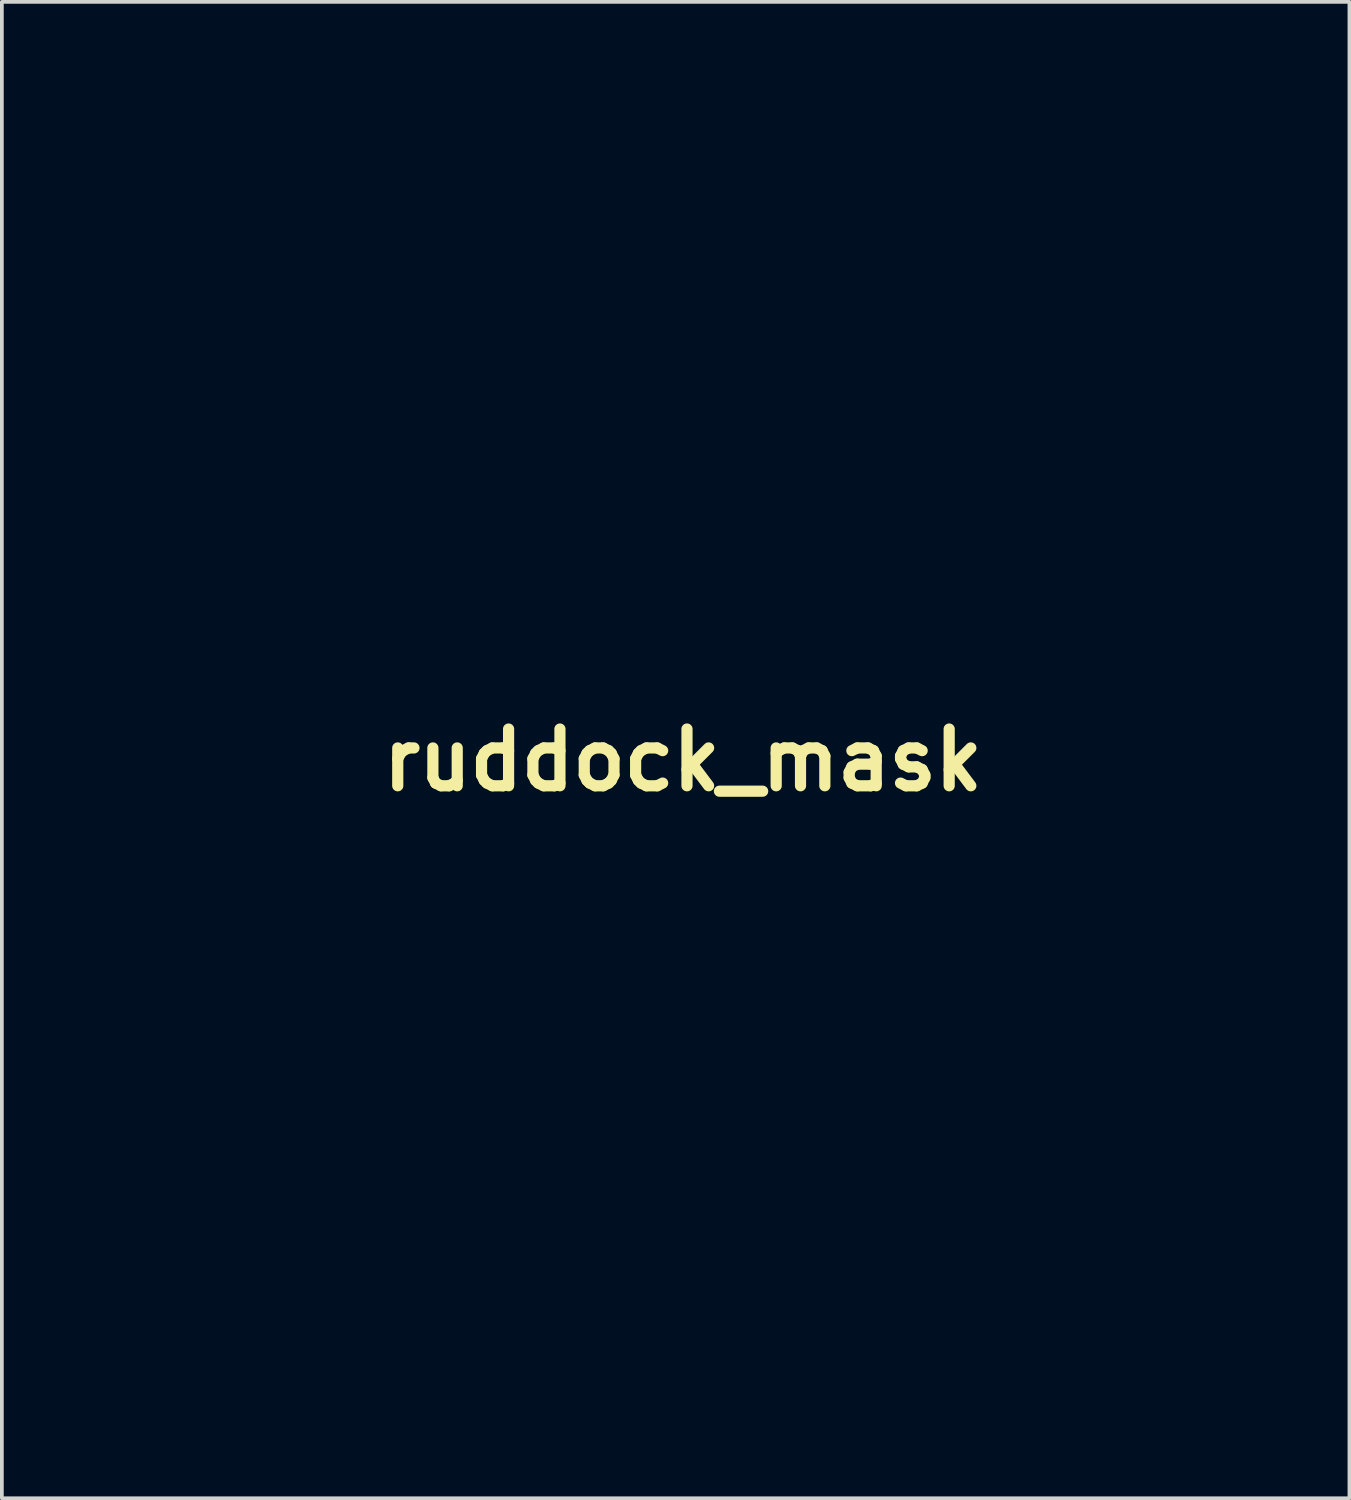
<source format=kicad_pcb>
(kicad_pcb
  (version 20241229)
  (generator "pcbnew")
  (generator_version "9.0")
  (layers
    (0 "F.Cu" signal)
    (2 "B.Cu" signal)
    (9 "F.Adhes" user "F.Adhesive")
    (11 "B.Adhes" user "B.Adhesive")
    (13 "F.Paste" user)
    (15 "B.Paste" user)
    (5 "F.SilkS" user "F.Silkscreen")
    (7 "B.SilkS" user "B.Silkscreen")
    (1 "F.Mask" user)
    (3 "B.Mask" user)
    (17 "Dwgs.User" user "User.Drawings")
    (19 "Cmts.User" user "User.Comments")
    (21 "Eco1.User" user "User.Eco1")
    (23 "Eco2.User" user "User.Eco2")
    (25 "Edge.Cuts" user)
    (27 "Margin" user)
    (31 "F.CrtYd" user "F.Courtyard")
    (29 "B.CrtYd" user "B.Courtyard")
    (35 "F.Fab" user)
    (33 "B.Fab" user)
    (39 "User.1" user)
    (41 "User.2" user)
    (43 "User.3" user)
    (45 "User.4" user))
  (footprint "ruddock_mask"
    (layer "F.Cu")
    (at 15.285 17.357)
    (property "Reference" "ruddock_mask" (at 0 0 0) (layer "F.SilkS") (effects (font (size 1.524 1.524) (thickness 0.3))))
    (attr through_hole)
    (fp_poly (pts (xy -9.587 6.856) (xy -9.465 6.906) (xy -9.295 6.988) (xy -9.095 7.092) (xy -8.884 7.209) (xy -8.679 7.328) (xy -8.499 7.441) (xy -8.385 7.519) (xy -8.209 7.662) (xy -8.044 7.821) (xy -7.933 7.949) (xy -7.849 8.072) (xy -7.806 8.173) (xy -7.794 8.292) (xy -7.805 8.468) (xy -7.806 8.483) (xy -7.827 8.645) (xy -7.867 8.878) (xy -7.92 9.156) (xy -7.982 9.453) (xy -8.015 9.599) (xy -8.085 9.915) (xy -8.134 10.159) (xy -8.164 10.356) (xy -8.178 10.53) (xy -8.18 10.706) (xy -8.174 10.864) (xy -8.144 11.2) (xy -8.081 11.474) (xy -7.971 11.725) (xy -7.801 11.99) (xy -7.738 12.076) (xy -7.623 12.239) (xy -7.576 12.355) (xy -7.603 12.444) (xy -7.711 12.53) (xy -7.888 12.625) (xy -8.162 12.735) (xy -8.432 12.773) (xy -8.71 12.751) (xy -9.064 12.655) (xy -9.355 12.484) (xy -9.586 12.235) (xy -9.759 11.906) (xy -9.775 11.861) (xy -9.84 11.706) (xy -9.902 11.597) (xy -9.944 11.559) (xy -10.013 11.592) (xy -10.112 11.675) (xy -10.14 11.703) (xy -10.268 11.805) (xy -10.436 11.879) (xy -10.661 11.929) (xy -10.96 11.96) (xy -11.144 11.969) (xy -11.597 11.986) (xy -11.504 11.859) (xy -11.453 11.752) (xy -11.398 11.578) (xy -11.349 11.368) (xy -11.335 11.295) (xy -11.269 10.971) (xy -11.193 10.723) (xy -11.099 10.525) (xy -11.051 10.45) (xy -11.016 10.37) (xy -11.062 10.314) (xy -11.082 10.301) (xy -11.413 10.061) (xy -11.667 9.786) (xy -11.822 9.536) (xy -11.997 9.253) (xy -12.186 9.035) (xy -12.376 8.894) (xy -12.49 8.852) (xy -12.608 8.824) (xy -12.675 8.807) (xy -12.677 8.781) (xy -12.605 8.737) (xy -12.484 8.684) (xy -12.334 8.63) (xy -12.179 8.583) (xy -12.041 8.554) (xy -12.018 8.551) (xy -11.865 8.543) (xy -11.744 8.569) (xy -11.609 8.641) (xy -11.551 8.679) (xy -11.39 8.772) (xy -11.176 8.875) (xy -10.952 8.968) (xy -10.917 8.981) (xy -10.548 9.089) (xy -10.232 9.125) (xy -9.971 9.091) (xy -9.773 8.987) (xy -9.651 8.835) (xy -9.592 8.654) (xy -9.556 8.398) (xy -9.543 8.088) (xy -9.555 7.746) (xy -9.592 7.394) (xy -9.592 7.393) (xy -9.621 7.177) (xy -9.64 7) (xy -9.647 6.883) (xy -9.643 6.848) (xy -9.587 6.856)) (stroke (width 0.01) (type solid)) (fill yes) (layer "F.Mask"))
    (fp_poly (pts (xy 9.525 6.048) (xy 9.53 6.141) (xy 9.543 6.307) (xy 9.563 6.529) (xy 9.588 6.79) (xy 9.616 7.071) (xy 9.645 7.356) (xy 9.674 7.627) (xy 9.7 7.867) (xy 9.723 8.059) (xy 9.739 8.184) (xy 9.748 8.226) (xy 9.821 8.238) (xy 9.966 8.213) (xy 10.166 8.159) (xy 10.403 8.079) (xy 10.658 7.981) (xy 10.884 7.883) (xy 11.243 7.733) (xy 11.614 7.61) (xy 11.972 7.517) (xy 12.293 7.462) (xy 12.553 7.45) (xy 12.571 7.451) (xy 12.774 7.466) (xy 12.518 7.63) (xy 12.275 7.836) (xy 12.039 8.137) (xy 11.814 8.53) (xy 11.716 8.735) (xy 11.637 8.907) (xy 11.568 9.013) (xy 11.484 9.083) (xy 11.356 9.142) (xy 11.263 9.177) (xy 11.101 9.246) (xy 10.98 9.314) (xy 10.928 9.363) (xy 10.946 9.437) (xy 11.025 9.552) (xy 11.108 9.645) (xy 11.25 9.815) (xy 11.351 10.007) (xy 11.417 10.199) (xy 11.491 10.405) (xy 11.585 10.601) (xy 11.667 10.731) (xy 11.75 10.844) (xy 11.795 10.922) (xy 11.797 10.94) (xy 11.743 10.939) (xy 11.622 10.916) (xy 11.507 10.888) (xy 11.312 10.85) (xy 11.074 10.824) (xy 10.87 10.815) (xy 10.66 10.809) (xy 10.506 10.784) (xy 10.364 10.73) (xy 10.232 10.659) (xy 9.96 10.503) (xy 9.989 10.696) (xy 10.017 10.88) (xy 10.047 11.061) (xy 10.049 11.069) (xy 10.039 11.285) (xy 9.947 11.513) (xy 9.829 11.676) (xy 9.64 11.821) (xy 9.38 11.916) (xy 9.068 11.958) (xy 8.72 11.942) (xy 8.607 11.925) (xy 8.377 11.892) (xy 8.136 11.869) (xy 7.973 11.861) (xy 7.686 11.857) (xy 7.864 11.7) (xy 8.029 11.523) (xy 8.16 11.302) (xy 8.271 11.014) (xy 8.303 10.906) (xy 8.349 10.711) (xy 8.375 10.502) (xy 8.38 10.266) (xy 8.363 9.989) (xy 8.324 9.658) (xy 8.261 9.26) (xy 8.173 8.781) (xy 8.161 8.715) (xy 8.097 8.377) (xy 8.041 8.062) (xy 7.994 7.786) (xy 7.96 7.566) (xy 7.941 7.417) (xy 7.938 7.37) (xy 7.951 7.204) (xy 8 7.069) (xy 8.098 6.948) (xy 8.258 6.827) (xy 8.494 6.692) (xy 8.591 6.641) (xy 8.821 6.514) (xy 9.041 6.377) (xy 9.222 6.25) (xy 9.31 6.176) (xy 9.44 6.063) (xy 9.511 6.027) (xy 9.525 6.048)) (stroke (width 0.01) (type solid)) (fill yes) (layer "F.Mask"))
    (fp_poly (pts (xy -13.167 -1.783) (xy -13.016 -1.736) (xy -12.859 -1.662) (xy -12.738 -1.615) (xy -12.596 -1.598) (xy -12.4 -1.608) (xy -12.363 -1.611) (xy -12.03 -1.645) (xy -11.892 -1.331) (xy -11.649 -0.889) (xy -11.338 -0.519) (xy -10.955 -0.216) (xy -10.596 -0.021) (xy -10.442 0.044) (xy -10.283 0.096) (xy -10.101 0.138) (xy -9.883 0.172) (xy -9.611 0.201) (xy -9.271 0.227) (xy -8.873 0.252) (xy -8.471 0.273) (xy -8.151 0.28) (xy -7.899 0.272) (xy -7.699 0.248) (xy -7.536 0.205) (xy -7.393 0.141) (xy -7.257 0.054) (xy -7.244 0.045) (xy -7.13 -0.033) (xy -7.058 -0.073) (xy -7.045 -0.073) (xy -7.076 -0.025) (xy -7.158 0.072) (xy -7.272 0.198) (xy -7.404 0.326) (xy -7.542 0.425) (xy -7.705 0.503) (xy -7.915 0.569) (xy -8.191 0.632) (xy -8.384 0.669) (xy -8.811 0.757) (xy -9.18 0.852) (xy -9.48 0.95) (xy -9.697 1.048) (xy -9.737 1.072) (xy -9.87 1.146) (xy -9.963 1.161) (xy -10.021 1.141) (xy -10.133 1.037) (xy -10.223 0.876) (xy -10.268 0.703) (xy -10.269 0.669) (xy -10.281 0.577) (xy -10.336 0.561) (xy -10.381 0.573) (xy -10.655 0.686) (xy -10.866 0.848) (xy -10.981 0.985) (xy -11.104 1.166) (xy -11.181 1.311) (xy -11.225 1.461) (xy -11.252 1.656) (xy -11.258 1.711) (xy -11.285 1.897) (xy -11.324 1.997) (xy -11.361 2.02) (xy -11.44 2.007) (xy -11.581 1.963) (xy -11.757 1.895) (xy -11.793 1.88) (xy -12.026 1.764) (xy -12.214 1.639) (xy -12.297 1.563) (xy -12.405 1.406) (xy -12.509 1.202) (xy -12.593 0.985) (xy -12.643 0.793) (xy -12.65 0.717) (xy -12.631 0.62) (xy -12.58 0.459) (xy -12.506 0.26) (xy -12.452 0.13) (xy -12.363 -0.086) (xy -12.288 -0.285) (xy -12.236 -0.439) (xy -12.221 -0.495) (xy -12.189 -0.656) (xy -12.407 -0.622) (xy -12.655 -0.558) (xy -12.907 -0.451) (xy -13.127 -0.317) (xy -13.271 -0.189) (xy -13.499 0.156) (xy -13.666 0.573) (xy -13.77 1.056) (xy -13.804 1.404) (xy -13.816 1.643) (xy -14.388 1.875) (xy -14.359 1.471) (xy -14.339 1.242) (xy -14.313 1.017) (xy -14.286 0.841) (xy -14.284 0.829) (xy -14.252 0.657) (xy -14.247 0.557) (xy -14.276 0.503) (xy -14.347 0.468) (xy -14.408 0.448) (xy -14.641 0.331) (xy -14.888 0.133) (xy -15.104 -0.097) (xy -15.212 -0.241) (xy -15.264 -0.367) (xy -15.279 -0.523) (xy -15.28 -0.555) (xy -15.28 -0.803) (xy -15.127 -0.674) (xy -14.932 -0.569) (xy -14.703 -0.554) (xy -14.437 -0.629) (xy -14.387 -0.651) (xy -14.163 -0.755) (xy -14.414 -0.842) (xy -14.592 -0.91) (xy -14.758 -0.98) (xy -14.817 -1.009) (xy -14.921 -1.078) (xy -15.034 -1.177) (xy -15.135 -1.282) (xy -15.202 -1.372) (xy -15.214 -1.422) (xy -15.146 -1.453) (xy -15.001 -1.498) (xy -14.8 -1.551) (xy -14.564 -1.608) (xy -14.313 -1.663) (xy -14.069 -1.712) (xy -13.853 -1.75) (xy -13.795 -1.758) (xy -13.527 -1.791) (xy -13.327 -1.8) (xy -13.167 -1.783)) (stroke (width 0.01) (type solid)) (fill yes) (layer "F.Mask"))
    (fp_poly (pts (xy 13.873 -2.885) (xy 14.233 -2.811) (xy 14.479 -2.746) (xy 14.475 -2.712) (xy 14.402 -2.64) (xy 14.274 -2.542) (xy 14.255 -2.529) (xy 14.064 -2.392) (xy 13.868 -2.239) (xy 13.742 -2.133) (xy 13.519 -1.935) (xy 13.791 -1.938) (xy 14.075 -1.959) (xy 14.284 -2.023) (xy 14.437 -2.138) (xy 14.524 -2.257) (xy 14.638 -2.456) (xy 14.624 -1.901) (xy 14.617 -1.658) (xy 14.606 -1.492) (xy 14.587 -1.381) (xy 14.555 -1.303) (xy 14.504 -1.235) (xy 14.461 -1.189) (xy 14.311 -1.051) (xy 14.153 -0.956) (xy 13.953 -0.887) (xy 13.754 -0.842) (xy 13.594 -0.807) (xy 13.482 -0.776) (xy 13.444 -0.756) (xy 13.475 -0.708) (xy 13.552 -0.613) (xy 13.613 -0.544) (xy 13.757 -0.323) (xy 13.851 -0.052) (xy 13.883 0.227) (xy 13.869 0.37) (xy 13.837 0.49) (xy 13.792 0.529) (xy 13.751 0.522) (xy 13.488 0.459) (xy 13.255 0.485) (xy 13.248 0.488) (xy 13.144 0.517) (xy 13.103 0.497) (xy 13.096 0.432) (xy 13.065 0.161) (xy 12.984 -0.158) (xy 12.862 -0.5) (xy 12.71 -0.834) (xy 12.539 -1.133) (xy 12.492 -1.203) (xy 12.407 -1.298) (xy 12.286 -1.404) (xy 12.153 -1.505) (xy 12.031 -1.583) (xy 11.945 -1.621) (xy 11.92 -1.618) (xy 11.914 -1.562) (xy 11.916 -1.423) (xy 11.924 -1.219) (xy 11.939 -0.967) (xy 11.954 -0.751) (xy 11.973 -0.461) (xy 11.985 -0.195) (xy 11.99 0.026) (xy 11.988 0.183) (xy 11.982 0.243) (xy 11.884 0.477) (xy 11.709 0.699) (xy 11.477 0.892) (xy 11.21 1.037) (xy 10.951 1.113) (xy 10.765 1.146) (xy 10.765 0.853) (xy 10.756 0.663) (xy 10.719 0.526) (xy 10.641 0.393) (xy 10.622 0.367) (xy 10.521 0.244) (xy 10.38 0.093) (xy 10.215 -0.072) (xy 10.041 -0.238) (xy 9.872 -0.391) (xy 9.724 -0.517) (xy 9.612 -0.603) (xy 9.55 -0.633) (xy 9.544 -0.631) (xy 9.546 -0.576) (xy 9.575 -0.467) (xy 9.581 -0.45) (xy 9.606 -0.249) (xy 9.562 -0.038) (xy 9.46 0.139) (xy 9.427 0.172) (xy 9.368 0.219) (xy 9.307 0.234) (xy 9.217 0.216) (xy 9.066 0.164) (xy 9.043 0.156) (xy 8.84 0.094) (xy 8.594 0.036) (xy 8.384 0.000332) (xy 7.902 -0.081) (xy 7.513 -0.184) (xy 7.216 -0.309) (xy 7.006 -0.459) (xy 6.975 -0.491) (xy 6.922 -0.555) (xy 6.917 -0.586) (xy 6.974 -0.584) (xy 7.105 -0.551) (xy 7.233 -0.514) (xy 7.533 -0.465) (xy 7.892 -0.469) (xy 8.286 -0.521) (xy 8.691 -0.618) (xy 9.084 -0.756) (xy 9.302 -0.855) (xy 9.517 -0.988) (xy 9.772 -1.183) (xy 10.048 -1.423) (xy 10.325 -1.689) (xy 10.587 -1.964) (xy 10.813 -2.229) (xy 10.986 -2.466) (xy 11.01 -2.506) (xy 11.083 -2.625) (xy 11.13 -2.703) (xy 11.138 -2.717) (xy 11.185 -2.71) (xy 11.295 -2.677) (xy 11.359 -2.655) (xy 11.595 -2.596) (xy 11.851 -2.587) (xy 12.146 -2.629) (xy 12.502 -2.722) (xy 12.533 -2.731) (xy 12.914 -2.837) (xy 13.244 -2.898) (xy 13.553 -2.914) (xy 13.873 -2.885)) (stroke (width 0.01) (type solid)) (fill yes) (layer "F.Mask"))
    (fp_poly (pts (xy 12.258 -1.052) (xy 12.316 -0.952) (xy 12.393 -0.799) (xy 12.482 -0.612) (xy 12.574 -0.411) (xy 12.658 -0.215) (xy 12.727 -0.045) (xy 12.771 0.082) (xy 12.776 0.099) (xy 12.826 0.331) (xy 12.844 0.548) (xy 12.83 0.784) (xy 12.783 1.072) (xy 12.765 1.165) (xy 12.731 1.335) (xy 12.711 1.471) (xy 12.706 1.598) (xy 12.717 1.743) (xy 12.743 1.93) (xy 12.785 2.185) (xy 12.793 2.229) (xy 12.876 2.665) (xy 12.961 3.014) (xy 13.051 3.287) (xy 13.15 3.495) (xy 13.219 3.598) (xy 13.345 3.731) (xy 13.533 3.88) (xy 13.793 4.05) (xy 14.133 4.246) (xy 14.379 4.379) (xy 14.889 4.65) (xy 14.7 4.725) (xy 14.376 4.831) (xy 14.081 4.885) (xy 13.836 4.883) (xy 13.768 4.868) (xy 13.641 4.84) (xy 13.56 4.835) (xy 13.55 4.839) (xy 13.56 4.89) (xy 13.616 4.986) (xy 13.634 5.011) (xy 13.742 5.16) (xy 13.852 5.311) (xy 13.853 5.313) (xy 13.909 5.402) (xy 13.942 5.5) (xy 13.957 5.635) (xy 13.96 5.834) (xy 13.96 5.9) (xy 13.953 6.125) (xy 13.94 6.334) (xy 13.924 6.491) (xy 13.919 6.52) (xy 13.885 6.705) (xy 13.642 6.478) (xy 13.469 6.336) (xy 13.329 6.261) (xy 13.277 6.251) (xy 13.151 6.209) (xy 13.014 6.095) (xy 13.009 6.09) (xy 12.889 5.957) (xy 12.745 5.797) (xy 12.669 5.714) (xy 12.475 5.499) (xy 12.234 5.852) (xy 12.119 6.009) (xy 12.02 6.126) (xy 11.952 6.184) (xy 11.938 6.187) (xy 11.885 6.139) (xy 11.796 6.031) (xy 11.688 5.884) (xy 11.672 5.859) (xy 11.562 5.692) (xy 11.498 5.565) (xy 11.469 5.442) (xy 11.461 5.282) (xy 11.461 5.218) (xy 11.476 4.993) (xy 11.513 4.733) (xy 11.56 4.518) (xy 11.633 4.195) (xy 11.655 3.957) (xy 11.628 3.803) (xy 11.617 3.783) (xy 11.556 3.768) (xy 11.445 3.81) (xy 11.306 3.894) (xy 11.161 4.007) (xy 11.031 4.135) (xy 10.99 4.186) (xy 10.918 4.298) (xy 10.865 4.434) (xy 10.821 4.62) (xy 10.784 4.848) (xy 10.742 5.1) (xy 10.687 5.354) (xy 10.631 5.568) (xy 10.61 5.631) (xy 10.548 5.787) (xy 10.46 5.982) (xy 10.358 6.192) (xy 10.252 6.398) (xy 10.153 6.577) (xy 10.073 6.708) (xy 10.023 6.771) (xy 10.022 6.771) (xy 9.995 6.739) (xy 9.962 6.631) (xy 9.928 6.468) (xy 9.923 6.437) (xy 9.891 6.234) (xy 9.848 5.973) (xy 9.802 5.69) (xy 9.77 5.499) (xy 9.732 5.269) (xy 9.701 5.075) (xy 9.68 4.938) (xy 9.673 4.879) (xy 9.653 4.898) (xy 9.601 4.988) (xy 9.529 5.131) (xy 9.521 5.146) (xy 9.359 5.42) (xy 9.154 5.678) (xy 8.926 5.898) (xy 8.696 6.06) (xy 8.558 6.124) (xy 8.258 6.235) (xy 8.038 6.346) (xy 7.877 6.475) (xy 7.758 6.638) (xy 7.662 6.852) (xy 7.617 6.983) (xy 7.563 7.143) (xy 7.528 7.221) (xy 7.503 7.23) (xy 7.478 7.183) (xy 7.476 7.175) (xy 7.435 7.024) (xy 7.395 6.799) (xy 7.359 6.525) (xy 7.329 6.227) (xy 7.309 5.929) (xy 7.299 5.657) (xy 7.301 5.514) (xy 7.31 5.271) (xy 7.326 5.095) (xy 7.355 4.951) (xy 7.407 4.808) (xy 7.489 4.631) (xy 7.536 4.535) (xy 7.718 4.21) (xy 7.915 3.946) (xy 8.046 3.808) (xy 8.337 3.522) (xy 8.131 3.522) (xy 7.874 3.475) (xy 7.633 3.339) (xy 7.416 3.126) (xy 7.234 2.847) (xy 7.094 2.512) (xy 7.011 2.163) (xy 6.995 2.04) (xy 7.01 1.991) (xy 7.068 1.994) (xy 7.099 2.003) (xy 7.402 2.066) (xy 7.634 2.062) (xy 7.788 1.995) (xy 7.91 1.896) (xy 7.732 1.821) (xy 7.611 1.751) (xy 7.513 1.64) (xy 7.414 1.462) (xy 7.274 1.177) (xy 7.439 0.872) (xy 7.539 0.666) (xy 7.582 0.511) (xy 7.581 0.407) (xy 7.57 0.299) (xy 7.573 0.248) (xy 7.574 0.248) (xy 7.616 0.278) (xy 7.721 0.361) (xy 7.876 0.486) (xy 8.069 0.644) (xy 8.221 0.769) (xy 8.433 0.943) (xy 8.619 1.092) (xy 8.766 1.206) (xy 8.859 1.275) (xy 8.885 1.29) (xy 8.921 1.248) (xy 8.949 1.17) (xy 8.995 1.086) (xy 9.097 0.954) (xy 9.237 0.794) (xy 9.351 0.675) (xy 9.723 0.299) (xy 9.723 0.626) (xy 9.728 0.808) (xy 9.747 0.924) (xy 9.793 1.009) (xy 9.877 1.095) (xy 9.877 1.096) (xy 10.039 1.213) (xy 10.239 1.289) (xy 10.495 1.328) (xy 10.824 1.333) (xy 10.914 1.33) (xy 11.208 1.307) (xy 11.434 1.262) (xy 11.621 1.183) (xy 11.8 1.058) (xy 11.947 0.925) (xy 12.109 0.753) (xy 12.223 0.583) (xy 12.294 0.395) (xy 12.326 0.17) (xy 12.323 -0.11) (xy 12.291 -0.465) (xy 12.285 -0.521) (xy 12.259 -0.741) (xy 12.24 -0.922) (xy 12.23 -1.041) (xy 12.23 -1.081) (xy 12.258 -1.052)) (stroke (width 0.01) (type solid)) (fill yes) (layer "F.Mask"))
    (fp_poly (pts (xy 0.383 -17.344) (xy 0.387 -17.286) (xy 0.372 -17.166) (xy 0.358 -17.094) (xy 0.336 -16.946) (xy 0.355 -16.876) (xy 0.423 -16.885) (xy 0.546 -16.969) (xy 0.626 -17.036) (xy 0.871 -17.196) (xy 1.132 -17.28) (xy 1.389 -17.287) (xy 1.621 -17.215) (xy 1.712 -17.156) (xy 1.812 -17.062) (xy 1.821 -16.999) (xy 1.741 -16.955) (xy 1.699 -16.943) (xy 1.549 -16.889) (xy 1.374 -16.8) (xy 1.202 -16.695) (xy 1.063 -16.593) (xy 0.987 -16.511) (xy 0.953 -16.401) (xy 0.99 -16.35) (xy 1.087 -16.36) (xy 1.233 -16.435) (xy 1.243 -16.441) (xy 1.466 -16.563) (xy 1.664 -16.604) (xy 1.868 -16.568) (xy 2.024 -16.5) (xy 2.184 -16.428) (xy 2.325 -16.382) (xy 2.389 -16.371) (xy 2.499 -16.371) (xy 2.398 -16.276) (xy 2.327 -16.19) (xy 2.229 -16.042) (xy 2.121 -15.862) (xy 2.088 -15.803) (xy 1.894 -15.507) (xy 1.692 -15.31) (xy 1.481 -15.21) (xy 1.26 -15.209) (xy 1.112 -15.26) (xy 0.992 -15.312) (xy 0.926 -15.318) (xy 0.88 -15.279) (xy 0.87 -15.266) (xy 0.818 -15.212) (xy 0.765 -15.232) (xy 0.728 -15.267) (xy 0.647 -15.32) (xy 0.591 -15.295) (xy 0.505 -15.266) (xy 0.34 -15.259) (xy 0.231 -15.266) (xy -0.074 -15.291) (xy 0.094 -15.163) (xy 0.383 -14.895) (xy 0.655 -14.552) (xy 0.895 -14.159) (xy 1.087 -13.739) (xy 1.217 -13.319) (xy 1.22 -13.305) (xy 1.257 -13.117) (xy 1.277 -12.939) (xy 1.282 -12.741) (xy 1.273 -12.493) (xy 1.261 -12.306) (xy 1.229 -11.684) (xy 1.219 -11.084) (xy 1.231 -10.518) (xy 1.264 -9.998) (xy 1.316 -9.535) (xy 1.388 -9.143) (xy 1.477 -8.832) (xy 1.515 -8.739) (xy 1.703 -8.399) (xy 1.92 -8.149) (xy 2.174 -7.986) (xy 2.471 -7.902) (xy 2.685 -7.888) (xy 2.95 -7.907) (xy 3.155 -7.97) (xy 3.188 -7.987) (xy 3.301 -8.042) (xy 3.367 -8.063) (xy 3.373 -8.06) (xy 3.353 -8.004) (xy 3.3 -7.89) (xy 3.252 -7.793) (xy 3.093 -7.549) (xy 2.903 -7.372) (xy 2.699 -7.279) (xy 2.665 -7.272) (xy 2.324 -7.23) (xy 2.043 -7.223) (xy 1.786 -7.249) (xy 1.786 -7.249) (xy 1.391 -7.346) (xy 1.067 -7.5) (xy 0.96 -7.575) (xy 0.79 -7.704) (xy 0.159 -7.571) (xy -0.104 -7.517) (xy -0.295 -7.483) (xy -0.44 -7.467) (xy -0.565 -7.467) (xy -0.695 -7.483) (xy -0.844 -7.51) (xy -1.046 -7.553) (xy -1.227 -7.597) (xy -1.35 -7.634) (xy -1.355 -7.636) (xy -1.449 -7.66) (xy -1.537 -7.645) (xy -1.654 -7.58) (xy -1.715 -7.538) (xy -1.967 -7.383) (xy -2.195 -7.291) (xy -2.439 -7.25) (xy -2.625 -7.243) (xy -3.11 -7.279) (xy -3.534 -7.388) (xy -3.746 -7.481) (xy -3.994 -7.607) (xy -3.82 -7.65) (xy -3.472 -7.746) (xy -3.202 -7.844) (xy -2.994 -7.96) (xy -2.833 -8.11) (xy -2.703 -8.308) (xy -2.589 -8.57) (xy -2.475 -8.912) (xy -2.45 -8.995) (xy -2.407 -9.15) (xy -2.373 -9.305) (xy -2.347 -9.478) (xy -2.326 -9.688) (xy -2.308 -9.952) (xy -2.291 -10.29) (xy -2.283 -10.468) (xy -2.268 -10.847) (xy -2.254 -11.253) (xy -2.242 -11.653) (xy -2.232 -12.015) (xy -2.227 -12.295) (xy -2.223 -12.603) (xy -2.227 -12.826) (xy -2.241 -12.978) (xy -2.27 -13.072) (xy -2.319 -13.122) (xy -2.391 -13.142) (xy -2.483 -13.146) (xy -2.59 -13.16) (xy -2.735 -13.196) (xy -2.894 -13.245) (xy -3.044 -13.299) (xy -3.163 -13.351) (xy -3.228 -13.391) (xy -3.225 -13.41) (xy -3.146 -13.423) (xy -2.993 -13.437) (xy -2.789 -13.45) (xy -2.615 -13.457) (xy -2.313 -13.477) (xy -2.107 -13.509) (xy -1.999 -13.554) (xy -1.989 -13.611) (xy -2.004 -13.629) (xy -2.065 -13.645) (xy -2.206 -13.66) (xy -2.407 -13.673) (xy -2.647 -13.683) (xy -2.695 -13.684) (xy -2.942 -13.693) (xy -3.152 -13.706) (xy -3.307 -13.722) (xy -3.386 -13.738) (xy -3.39 -13.741) (xy -3.385 -13.775) (xy -3.3 -13.8) (xy -3.153 -13.815) (xy -2.965 -13.82) (xy -2.754 -13.814) (xy -2.539 -13.797) (xy -2.339 -13.769) (xy -2.313 -13.763) (xy -2.078 -13.722) (xy -1.926 -13.708) (xy -1.842 -13.721) (xy -1.826 -13.732) (xy -1.827 -13.783) (xy -1.911 -13.845) (xy -2.061 -13.913) (xy -2.262 -13.982) (xy -2.497 -14.047) (xy -2.752 -14.105) (xy -3.009 -14.151) (xy -3.254 -14.18) (xy -3.434 -14.188) (xy -3.584 -14.168) (xy -3.771 -14.114) (xy -3.892 -14.067) (xy -4.166 -13.946) (xy -4.092 -14.129) (xy -3.936 -14.386) (xy -3.709 -14.584) (xy -3.43 -14.71) (xy -3.344 -14.73) (xy -3.064 -14.788) (xy -2.865 -14.84) (xy -2.729 -14.895) (xy -2.639 -14.958) (xy -2.593 -15.012) (xy -2.457 -15.201) (xy -2.354 -15.323) (xy -2.266 -15.391) (xy -1.417 -15.391) (xy -1.368 -15.383) (xy -1.304 -15.392) (xy -1.303 -15.409) (xy -1.37 -15.421) (xy -1.398 -15.413) (xy -1.417 -15.391) (xy -2.266 -15.391) (xy -2.264 -15.392) (xy -2.166 -15.425) (xy -2.038 -15.436) (xy -2.017 -15.437) (xy -1.882 -15.443) (xy -1.842 -15.449) (xy -1.89 -15.458) (xy -1.947 -15.465) (xy -2.07 -15.486) (xy -2.122 -15.532) (xy -2.133 -15.623) (xy -2.104 -15.737) (xy -2.031 -15.865) (xy -1.94 -15.971) (xy -1.854 -16.023) (xy -1.844 -16.024) (xy -1.795 -15.983) (xy -1.772 -15.925) (xy -1.723 -15.84) (xy -1.642 -15.844) (xy -1.522 -15.936) (xy -1.511 -15.947) (xy -1.43 -16.055) (xy -1.394 -16.189) (xy -1.389 -16.311) (xy -1.376 -16.484) (xy -1.328 -16.599) (xy -1.274 -16.66) (xy -1.112 -16.749) (xy -0.92 -16.757) (xy -0.744 -16.694) (xy -0.614 -16.633) (xy -0.537 -16.645) (xy -0.493 -16.74) (xy -0.475 -16.837) (xy -0.433 -16.992) (xy -0.369 -17.116) (xy -0.347 -17.141) (xy -0.262 -17.189) (xy -0.123 -17.243) (xy 0.041 -17.293) (xy 0.2 -17.332) (xy 0.325 -17.352) (xy 0.383 -17.344)) (stroke (width 0.01) (type solid)) (fill yes) (layer "F.Mask"))
    (fp_poly (pts (xy 9.779 -13.194) (xy 9.796 -13.084) (xy 9.81 -12.911) (xy 9.818 -12.714) (xy 9.818 -12.711) (xy 9.813 -12.486) (xy 9.784 -12.316) (xy 9.725 -12.157) (xy 9.701 -12.109) (xy 9.551 -11.887) (xy 9.356 -11.702) (xy 9.139 -11.57) (xy 8.926 -11.511) (xy 8.889 -11.509) (xy 8.755 -11.498) (xy 8.668 -11.471) (xy 8.657 -11.46) (xy 8.663 -11.393) (xy 8.711 -11.275) (xy 8.754 -11.196) (xy 8.854 -10.971) (xy 8.873 -10.766) (xy 8.807 -10.553) (xy 8.706 -10.382) (xy 8.603 -10.21) (xy 8.55 -10.058) (xy 8.545 -9.896) (xy 8.586 -9.696) (xy 8.649 -9.496) (xy 8.685 -9.386) (xy 8.712 -9.284) (xy 8.732 -9.178) (xy 8.745 -9.051) (xy 8.751 -8.889) (xy 8.753 -8.676) (xy 8.75 -8.398) (xy 8.744 -8.04) (xy 8.742 -7.936) (xy 8.719 -6.719) (xy 8.869 -6.423) (xy 8.964 -6.25) (xy 9.061 -6.099) (xy 9.126 -6.015) (xy 9.244 -5.906) (xy 9.364 -5.818) (xy 9.461 -5.768) (xy 9.505 -5.768) (xy 9.538 -5.848) (xy 9.567 -6.005) (xy 9.592 -6.219) (xy 9.611 -6.468) (xy 9.622 -6.73) (xy 9.623 -6.984) (xy 9.614 -7.194) (xy 9.597 -7.734) (xy 9.625 -8.237) (xy 9.697 -8.686) (xy 9.811 -9.065) (xy 9.846 -9.146) (xy 9.959 -9.367) (xy 10.06 -9.505) (xy 10.141 -9.564) (xy 10.239 -9.607) (xy 10.284 -9.624) (xy 10.29 -9.58) (xy 10.294 -9.468) (xy 10.295 -9.413) (xy 10.322 -9.229) (xy 10.406 -8.998) (xy 10.493 -8.816) (xy 10.587 -8.641) (xy 10.668 -8.505) (xy 10.724 -8.428) (xy 10.736 -8.419) (xy 10.777 -8.455) (xy 10.83 -8.56) (xy 10.86 -8.64) (xy 10.903 -8.749) (xy 10.959 -8.838) (xy 11.046 -8.925) (xy 11.181 -9.028) (xy 11.383 -9.163) (xy 11.393 -9.17) (xy 11.623 -9.331) (xy 11.814 -9.487) (xy 11.948 -9.619) (xy 11.976 -9.657) (xy 12.105 -9.846) (xy 12.105 -9.635) (xy 12.124 -9.473) (xy 12.175 -9.272) (xy 12.227 -9.124) (xy 12.3 -8.907) (xy 12.359 -8.672) (xy 12.381 -8.536) (xy 12.395 -8.357) (xy 12.379 -8.227) (xy 12.325 -8.098) (xy 12.278 -8.016) (xy 12.208 -7.882) (xy 12.172 -7.785) (xy 12.173 -7.753) (xy 12.231 -7.753) (xy 12.363 -7.777) (xy 12.551 -7.821) (xy 12.762 -7.876) (xy 13.048 -7.952) (xy 13.329 -8.02) (xy 13.585 -8.077) (xy 13.793 -8.117) (xy 13.932 -8.135) (xy 13.953 -8.136) (xy 13.942 -8.106) (xy 13.871 -8.026) (xy 13.754 -7.914) (xy 13.733 -7.894) (xy 13.525 -7.668) (xy 13.32 -7.369) (xy 13.2 -7.162) (xy 13.072 -6.933) (xy 12.957 -6.741) (xy 12.842 -6.569) (xy 12.713 -6.397) (xy 12.556 -6.207) (xy 12.356 -5.981) (xy 12.128 -5.73) (xy 11.877 -5.446) (xy 11.69 -5.204) (xy 11.554 -4.981) (xy 11.458 -4.754) (xy 11.39 -4.5) (xy 11.34 -4.197) (xy 11.333 -4.149) (xy 11.24 -3.665) (xy 11.084 -3.205) (xy 11.004 -3.018) (xy 10.928 -2.868) (xy 10.841 -2.733) (xy 10.727 -2.591) (xy 10.571 -2.421) (xy 10.398 -2.242) (xy 10.082 -1.938) (xy 9.754 -1.653) (xy 9.429 -1.399) (xy 9.121 -1.187) (xy 8.848 -1.03) (xy 8.637 -0.942) (xy 8.447 -0.892) (xy 8.208 -0.84) (xy 7.969 -0.797) (xy 7.951 -0.795) (xy 7.544 -0.732) (xy 7.096 -0.912) (xy 6.803 -1.046) (xy 6.46 -1.235) (xy 6.061 -1.482) (xy 5.602 -1.791) (xy 5.085 -2.158) (xy 4.877 -2.306) (xy 4.683 -2.439) (xy 4.524 -2.542) (xy 4.428 -2.599) (xy 4.266 -2.681) (xy 4.266 -2.511) (xy 4.271 -2.421) (xy 4.3 -2.359) (xy 4.371 -2.308) (xy 4.506 -2.249) (xy 4.602 -2.212) (xy 4.752 -2.149) (xy 4.883 -2.077) (xy 5.016 -1.98) (xy 5.17 -1.844) (xy 5.366 -1.654) (xy 5.421 -1.598) (xy 5.643 -1.369) (xy 5.802 -1.187) (xy 5.912 -1.036) (xy 5.985 -0.898) (xy 6.003 -0.854) (xy 6.058 -0.703) (xy 6.094 -0.59) (xy 6.102 -0.55) (xy 6.062 -0.489) (xy 5.952 -0.48) (xy 5.787 -0.521) (xy 5.668 -0.57) (xy 5.49 -0.649) (xy 5.383 -0.683) (xy 5.329 -0.673) (xy 5.31 -0.618) (xy 5.308 -0.556) (xy 5.337 -0.443) (xy 5.429 -0.308) (xy 5.549 -0.181) (xy 5.678 -0.048) (xy 5.746 0.046) (xy 5.768 0.126) (xy 5.758 0.214) (xy 5.706 0.329) (xy 5.603 0.384) (xy 5.441 0.379) (xy 5.212 0.314) (xy 5.043 0.248) (xy 4.672 0.094) (xy 4.59 -0.288) (xy 4.549 -0.475) (xy 4.516 -0.625) (xy 4.495 -0.712) (xy 4.493 -0.719) (xy 4.467 -0.701) (xy 4.412 -0.61) (xy 4.337 -0.463) (xy 4.307 -0.398) (xy 4.137 -0.027) (xy 3.935 -0.324) (xy 3.734 -0.62) (xy 3.759 -1.22) (xy 3.768 -1.476) (xy 3.769 -1.651) (xy 3.76 -1.759) (xy 3.741 -1.82) (xy 3.71 -1.848) (xy 3.702 -1.851) (xy 3.65 -1.854) (xy 3.626 -1.796) (xy 3.621 -1.683) (xy 3.575 -1.445) (xy 3.506 -1.314) (xy 3.391 -1.145) (xy 3.287 -1.36) (xy 3.234 -1.484) (xy 3.207 -1.599) (xy 3.203 -1.739) (xy 3.219 -1.939) (xy 3.222 -1.966) (xy 3.262 -2.356) (xy 3.1 -2.524) (xy 2.938 -2.691) (xy 2.685 -2.548) (xy 2.533 -2.454) (xy 2.455 -2.374) (xy 2.431 -2.289) (xy 2.431 -2.281) (xy 2.462 -2.126) (xy 2.555 -1.902) (xy 2.705 -1.615) (xy 2.909 -1.27) (xy 3.165 -0.874) (xy 3.263 -0.728) (xy 3.452 -0.448) (xy 3.591 -0.23) (xy 3.691 -0.058) (xy 3.76 0.086) (xy 3.808 0.22) (xy 3.842 0.348) (xy 3.882 0.555) (xy 3.91 0.756) (xy 3.919 0.89) (xy 3.919 1.091) (xy 6.747 1.091) (xy 6.747 13.447) (xy 6.628 13.682) (xy 6.51 13.888) (xy 6.359 14.111) (xy 6.196 14.325) (xy 6.041 14.503) (xy 5.918 14.617) (xy 5.71 14.748) (xy 5.419 14.898) (xy 5.061 15.062) (xy 4.648 15.233) (xy 4.195 15.407) (xy 3.715 15.577) (xy 3.223 15.738) (xy 3.026 15.798) (xy 2.521 15.951) (xy 2.102 16.082) (xy 1.757 16.193) (xy 1.478 16.291) (xy 1.254 16.377) (xy 1.075 16.456) (xy 0.931 16.533) (xy 0.811 16.61) (xy 0.707 16.691) (xy 0.601 16.771) (xy 0.525 16.812) (xy 0.514 16.814) (xy 0.454 16.794) (xy 0.322 16.742) (xy 0.14 16.667) (xy -0.05 16.587) (xy -0.312 16.479) (xy -0.549 16.393) (xy -0.782 16.323) (xy -1.033 16.264) (xy -1.326 16.21) (xy -1.681 16.157) (xy -1.944 16.121) (xy -2.469 16.044) (xy -2.928 15.961) (xy -3.355 15.862) (xy -3.784 15.741) (xy -4.224 15.598) (xy -4.838 15.372) (xy -5.365 15.145) (xy -5.813 14.909) (xy -6.195 14.656) (xy -6.52 14.381) (xy -6.8 14.077) (xy -7.002 13.801) (xy -7.243 13.438) (xy -7.255 8.12) (xy -7.267 2.941) (xy -4.911 2.941) (xy -4.897 3.003) (xy -4.843 3.061) (xy -4.734 3.128) (xy -4.553 3.216) (xy -4.488 3.246) (xy -4.231 3.379) (xy -4.017 3.525) (xy -3.862 3.67) (xy -3.78 3.801) (xy -3.77 3.853) (xy -3.733 3.911) (xy -3.636 4.007) (xy -3.499 4.122) (xy -3.482 4.136) (xy -3.264 4.319) (xy -3.091 4.499) (xy -2.974 4.659) (xy -2.927 4.784) (xy -2.927 4.793) (xy -2.892 4.876) (xy -2.805 4.987) (xy -2.753 5.039) (xy -2.628 5.184) (xy -2.58 5.315) (xy -2.58 5.321) (xy -2.539 5.441) (xy -2.412 5.558) (xy -2.405 5.562) (xy -2.286 5.666) (xy -2.208 5.776) (xy -2.198 5.802) (xy -2.19 5.957) (xy -2.219 6.162) (xy -2.277 6.38) (xy -2.355 6.575) (xy -2.387 6.632) (xy -2.483 6.747) (xy -2.642 6.896) (xy -2.843 7.061) (xy -3.063 7.227) (xy -3.28 7.375) (xy -3.473 7.489) (xy -3.509 7.507) (xy -3.643 7.567) (xy -3.733 7.583) (xy -3.826 7.557) (xy -3.895 7.525) (xy -4.041 7.47) (xy -4.17 7.442) (xy -4.185 7.441) (xy -4.28 7.475) (xy -4.415 7.563) (xy -4.566 7.685) (xy -4.713 7.821) (xy -4.832 7.951) (xy -4.902 8.056) (xy -4.911 8.092) (xy -4.873 8.189) (xy -4.778 8.227) (xy -4.658 8.194) (xy -4.653 8.191) (xy -4.599 8.162) (xy -4.601 8.185) (xy -4.663 8.274) (xy -4.67 8.283) (xy -4.739 8.41) (xy -4.723 8.49) (xy -4.619 8.525) (xy -4.484 8.524) (xy -4.355 8.521) (xy -4.288 8.556) (xy -4.245 8.647) (xy -4.242 8.657) (xy -4.163 8.783) (xy -4.054 8.822) (xy -3.936 8.769) (xy -3.887 8.716) (xy -3.82 8.637) (xy -3.764 8.629) (xy -3.674 8.686) (xy -3.672 8.688) (xy -3.53 8.753) (xy -3.409 8.741) (xy -3.331 8.659) (xy -3.315 8.589) (xy -3.303 8.434) (xy -3.296 8.334) (xy -3.287 8.214) (xy -3.281 8.149) (xy -3.235 8.096) (xy -3.119 8.019) (xy -2.957 7.93) (xy -2.773 7.842) (xy -2.588 7.766) (xy -2.519 7.742) (xy -2.403 7.712) (xy -2.306 7.717) (xy -2.19 7.762) (xy -2.087 7.817) (xy -1.889 7.939) (xy -1.65 8.11) (xy -1.396 8.308) (xy -1.155 8.511) (xy -0.955 8.697) (xy -0.878 8.777) (xy -0.765 8.907) (xy -0.704 9) (xy -0.703 9.062) (xy -0.771 9.1) (xy -0.915 9.12) (xy -1.144 9.127) (xy -1.363 9.128) (xy -2.032 9.128) (xy -2.119 9.261) (xy -2.183 9.413) (xy -2.199 9.613) (xy -2.169 9.873) (xy -2.09 10.206) (xy -2.082 10.233) (xy -2.025 10.443) (xy -1.995 10.582) (xy -1.99 10.676) (xy -2.008 10.749) (xy -2.036 10.803) (xy -2.17 10.95) (xy -2.366 11.054) (xy -2.592 11.106) (xy -2.818 11.097) (xy -2.944 11.057) (xy -3.058 10.966) (xy -3.146 10.829) (xy -3.175 10.713) (xy -3.2 10.644) (xy -3.263 10.531) (xy -3.286 10.496) (xy -3.429 10.352) (xy -3.608 10.3) (xy -3.815 10.341) (xy -3.857 10.359) (xy -3.982 10.433) (xy -4.014 10.493) (xy -3.969 10.542) (xy -3.921 10.602) (xy -3.967 10.657) (xy -4.056 10.689) (xy -4.193 10.74) (xy -4.342 10.816) (xy -4.353 10.823) (xy -4.481 10.937) (xy -4.512 11.055) (xy -4.446 11.17) (xy -4.368 11.227) (xy -4.283 11.285) (xy -4.244 11.347) (xy -4.24 11.449) (xy -4.252 11.569) (xy -4.266 11.717) (xy -4.258 11.787) (xy -4.225 11.8) (xy -4.205 11.794) (xy -4.123 11.777) (xy -3.969 11.758) (xy -3.769 11.738) (xy -3.663 11.73) (xy -3.435 11.716) (xy -3.266 11.717) (xy -3.117 11.739) (xy -2.949 11.787) (xy -2.77 11.848) (xy -2.341 11.999) (xy -2.094 11.906) (xy -1.937 11.854) (xy -1.799 11.836) (xy -1.635 11.848) (xy -1.532 11.864) (xy -1.34 11.889) (xy -1.199 11.887) (xy -1.063 11.853) (xy -0.967 11.817) (xy -0.824 11.756) (xy -0.75 11.701) (xy -0.722 11.622) (xy -0.716 11.502) (xy -0.711 11.272) (xy -0.7 11.12) (xy -0.678 11.028) (xy -0.639 10.975) (xy -0.574 10.942) (xy -0.533 10.927) (xy -0.37 10.879) (xy -0.191 10.838) (xy -0.178 10.836) (xy -0.056 10.818) (xy -0.009 10.831) (xy -0.015 10.881) (xy -0.018 10.89) (xy -0.028 10.999) (xy -0.005 11.132) (xy 0.019 11.25) (xy 0.044 11.434) (xy 0.067 11.655) (xy 0.075 11.764) (xy 0.108 12.243) (xy 0.314 12.389) (xy 0.465 12.474) (xy 0.672 12.554) (xy 0.953 12.634) (xy 1.116 12.674) (xy 1.428 12.753) (xy 1.658 12.834) (xy 1.822 12.93) (xy 1.937 13.054) (xy 2.019 13.221) (xy 2.085 13.444) (xy 2.098 13.498) (xy 2.148 13.719) (xy 2.173 13.867) (xy 2.173 13.965) (xy 2.148 14.035) (xy 2.095 14.102) (xy 2.08 14.117) (xy 1.998 14.188) (xy 1.911 14.2) (xy 1.806 14.174) (xy 1.707 14.149) (xy 1.632 14.157) (xy 1.549 14.21) (xy 1.431 14.321) (xy 1.411 14.34) (xy 1.299 14.462) (xy 1.227 14.563) (xy 1.211 14.616) (xy 1.201 14.696) (xy 1.157 14.781) (xy 1.104 14.934) (xy 1.114 15.059) (xy 1.146 15.175) (xy 1.206 15.222) (xy 1.317 15.23) (xy 1.431 15.242) (xy 1.487 15.271) (xy 1.488 15.276) (xy 1.531 15.365) (xy 1.632 15.441) (xy 1.753 15.478) (xy 1.765 15.478) (xy 1.858 15.456) (xy 1.885 15.371) (xy 1.885 15.36) (xy 1.916 15.241) (xy 1.961 15.179) (xy 2.024 15.148) (xy 2.096 15.178) (xy 2.175 15.247) (xy 2.288 15.346) (xy 2.351 15.368) (xy 2.377 15.311) (xy 2.381 15.225) (xy 2.39 15.12) (xy 2.432 15.089) (xy 2.512 15.103) (xy 2.644 15.136) (xy 2.612 14.87) (xy 2.597 14.714) (xy 2.609 14.619) (xy 2.663 14.546) (xy 2.772 14.46) (xy 2.963 14.257) (xy 3.072 14.001) (xy 3.096 13.695) (xy 3.091 13.627) (xy 3.083 13.441) (xy 3.106 13.338) (xy 3.119 13.324) (xy 3.169 13.242) (xy 3.172 13.116) (xy 3.132 12.986) (xy 3.068 12.902) (xy 2.961 12.816) (xy 3.079 12.657) (xy 3.151 12.55) (xy 3.168 12.475) (xy 3.134 12.384) (xy 3.108 12.335) (xy 3.054 12.221) (xy 3.05 12.141) (xy 3.096 12.041) (xy 3.108 12.02) (xy 3.162 11.907) (xy 3.16 11.833) (xy 3.13 11.787) (xy 3.032 11.721) (xy 2.925 11.715) (xy 2.851 11.771) (xy 2.846 11.782) (xy 2.778 11.835) (xy 2.647 11.857) (xy 2.483 11.849) (xy 2.319 11.814) (xy 2.202 11.762) (xy 2.07 11.66) (xy 2.022 11.557) (xy 2.06 11.44) (xy 2.185 11.295) (xy 2.238 11.246) (xy 2.363 11.12) (xy 2.45 11.009) (xy 2.48 10.941) (xy 2.501 10.912) (xy 2.569 10.943) (xy 2.695 11.038) (xy 2.741 11.076) (xy 2.957 11.244) (xy 3.134 11.34) (xy 3.298 11.372) (xy 3.472 11.347) (xy 3.587 11.309) (xy 3.762 11.241) (xy 3.891 11.18) (xy 3.981 11.11) (xy 4.04 11.015) (xy 4.074 10.88) (xy 4.091 10.688) (xy 4.099 10.423) (xy 4.103 10.186) (xy 4.107 9.828) (xy 4.106 9.556) (xy 4.098 9.36) (xy 4.082 9.225) (xy 4.056 9.141) (xy 4.018 9.094) (xy 3.966 9.073) (xy 3.943 9.069) (xy 3.824 9.054) (xy 3.919 8.841) (xy 3.98 8.633) (xy 3.955 8.472) (xy 3.843 8.36) (xy 3.771 8.327) (xy 3.677 8.284) (xy 3.634 8.22) (xy 3.622 8.1) (xy 3.621 8.055) (xy 3.606 7.885) (xy 3.566 7.717) (xy 3.511 7.579) (xy 3.451 7.5) (xy 3.426 7.491) (xy 3.398 7.444) (xy 3.38 7.313) (xy 3.373 7.122) (xy 3.367 6.939) (xy 3.35 6.798) (xy 3.325 6.724) (xy 3.322 6.721) (xy 3.248 6.723) (xy 3.144 6.771) (xy 3.048 6.822) (xy 2.992 6.828) (xy 2.991 6.828) (xy 2.951 6.731) (xy 2.936 6.562) (xy 2.942 6.343) (xy 2.967 6.099) (xy 3.011 5.851) (xy 3.069 5.624) (xy 3.123 5.476) (xy 3.261 5.233) (xy 3.44 5.019) (xy 3.64 4.85) (xy 3.842 4.742) (xy 3.995 4.713) (xy 4.142 4.758) (xy 4.285 4.879) (xy 4.404 5.053) (xy 4.468 5.214) (xy 4.507 5.433) (xy 4.528 5.723) (xy 4.531 6.057) (xy 4.517 6.408) (xy 4.485 6.749) (xy 4.445 7.011) (xy 4.403 7.251) (xy 4.382 7.422) (xy 4.382 7.55) (xy 4.402 7.663) (xy 4.414 7.706) (xy 4.479 7.889) (xy 4.561 8.077) (xy 4.65 8.25) (xy 4.733 8.385) (xy 4.8 8.461) (xy 4.827 8.47) (xy 4.88 8.405) (xy 4.899 8.272) (xy 4.884 8.097) (xy 4.836 7.904) (xy 4.815 7.845) (xy 4.759 7.699) (xy 4.722 7.595) (xy 4.713 7.563) (xy 4.75 7.573) (xy 4.843 7.627) (xy 4.908 7.669) (xy 5.062 7.752) (xy 5.158 7.757) (xy 5.203 7.683) (xy 5.209 7.614) (xy 5.176 7.513) (xy 5.067 7.402) (xy 4.986 7.342) (xy 4.834 7.213) (xy 4.764 7.093) (xy 4.781 6.995) (xy 4.793 6.981) (xy 4.852 6.982) (xy 4.964 7.023) (xy 5.024 7.051) (xy 5.223 7.153) (xy 5.193 6.987) (xy 5.167 6.866) (xy 5.122 6.681) (xy 5.066 6.462) (xy 5.037 6.353) (xy 4.959 6.003) (xy 4.917 5.678) (xy 4.911 5.534) (xy 4.896 5.217) (xy 4.844 4.969) (xy 4.75 4.767) (xy 4.622 4.605) (xy 4.4 4.433) (xy 4.144 4.347) (xy 3.867 4.343) (xy 3.586 4.422) (xy 3.312 4.58) (xy 3.077 4.798) (xy 2.935 4.968) (xy 2.832 5.118) (xy 2.753 5.28) (xy 2.682 5.485) (xy 2.625 5.686) (xy 2.576 5.883) (xy 2.547 6.062) (xy 2.535 6.256) (xy 2.537 6.499) (xy 2.543 6.645) (xy 2.553 6.849) (xy 2.569 7.03) (xy 2.594 7.203) (xy 2.632 7.381) (xy 2.686 7.579) (xy 2.762 7.811) (xy 2.862 8.091) (xy 2.992 8.433) (xy 3.154 8.851) (xy 3.178 8.912) (xy 3.302 9.235) (xy 3.422 9.553) (xy 3.529 9.846) (xy 3.615 10.092) (xy 3.674 10.271) (xy 3.681 10.294) (xy 3.793 10.676) (xy 3.677 10.77) (xy 3.528 10.851) (xy 3.37 10.851) (xy 3.196 10.767) (xy 3 10.597) (xy 2.803 10.373) (xy 2.655 10.179) (xy 2.561 10.024) (xy 2.507 9.878) (xy 2.483 9.765) (xy 2.444 9.557) (xy 2.4 9.42) (xy 2.337 9.326) (xy 2.238 9.248) (xy 2.175 9.209) (xy 2.071 9.125) (xy 1.924 8.976) (xy 1.75 8.781) (xy 1.562 8.557) (xy 1.374 8.321) (xy 1.202 8.09) (xy 1.06 7.882) (xy 1.009 7.801) (xy 0.86 7.477) (xy 0.779 7.132) (xy 0.768 6.791) (xy 0.829 6.479) (xy 0.871 6.375) (xy 0.908 6.303) (xy 0.926 6.292) (xy 0.929 6.352) (xy 0.919 6.496) (xy 0.914 6.561) (xy 0.903 6.728) (xy 0.902 6.848) (xy 0.91 6.896) (xy 0.911 6.896) (xy 0.931 6.85) (xy 0.967 6.727) (xy 1.015 6.543) (xy 1.069 6.318) (xy 1.073 6.3) (xy 1.132 6.05) (xy 1.177 5.882) (xy 1.214 5.782) (xy 1.249 5.737) (xy 1.287 5.73) (xy 1.299 5.733) (xy 1.358 5.736) (xy 1.385 5.682) (xy 1.391 5.572) (xy 1.393 5.383) (xy 1.478 5.531) (xy 1.563 5.68) (xy 1.592 5.407) (xy 1.608 5.269) (xy 1.619 5.224) (xy 1.626 5.269) (xy 1.629 5.321) (xy 1.644 5.44) (xy 1.669 5.504) (xy 1.677 5.507) (xy 1.71 5.463) (xy 1.764 5.347) (xy 1.829 5.182) (xy 1.85 5.122) (xy 1.907 4.964) (xy 1.945 4.867) (xy 1.959 4.844) (xy 1.956 4.862) (xy 1.918 5.061) (xy 1.9 5.232) (xy 1.899 5.363) (xy 1.914 5.441) (xy 1.942 5.455) (xy 1.981 5.393) (xy 2.028 5.246) (xy 2.08 5.071) (xy 2.121 4.977) (xy 2.147 4.969) (xy 2.153 5.05) (xy 2.146 5.14) (xy 2.135 5.291) (xy 2.143 5.348) (xy 2.168 5.313) (xy 2.211 5.189) (xy 2.269 4.98) (xy 2.336 4.712) (xy 2.412 4.369) (xy 2.458 4.098) (xy 2.475 3.877) (xy 2.464 3.683) (xy 2.428 3.497) (xy 2.402 3.342) (xy 2.385 3.136) (xy 2.379 2.952) (xy 2.368 2.724) (xy 2.336 2.541) (xy 2.309 2.467) (xy 2.261 2.292) (xy 2.267 2.081) (xy 2.278 1.921) (xy 2.259 1.817) (xy 2.198 1.729) (xy 2.181 1.71) (xy 2.024 1.606) (xy 1.912 1.587) (xy 1.762 1.562) (xy 1.648 1.51) (xy 1.506 1.454) (xy 1.35 1.455) (xy 1.22 1.508) (xy 1.171 1.563) (xy 1.124 1.648) (xy 1.106 1.681) (xy 1.055 1.696) (xy 0.929 1.72) (xy 0.751 1.75) (xy 0.66 1.764) (xy 0.424 1.805) (xy 0.263 1.853) (xy 0.15 1.923) (xy 0.062 2.029) (xy 0.005 2.123) (xy -0.062 2.167) (xy -0.204 2.22) (xy -0.401 2.274) (xy -0.477 2.291) (xy -0.765 2.362) (xy -0.964 2.432) (xy -1.085 2.507) (xy -1.137 2.592) (xy -1.141 2.629) (xy -1.101 2.746) (xy -0.999 2.883) (xy -0.861 3.013) (xy -0.711 3.108) (xy -0.66 3.129) (xy -0.489 3.158) (xy -0.271 3.161) (xy -0.053 3.14) (xy 0.112 3.099) (xy 0.184 3.094) (xy 0.198 3.121) (xy 0.153 3.194) (xy 0.014 3.24) (xy -0.218 3.261) (xy -0.544 3.257) (xy -0.633 3.253) (xy -0.879 3.24) (xy -1.043 3.238) (xy -1.138 3.246) (xy -1.182 3.267) (xy -1.191 3.292) (xy -1.149 3.352) (xy -1.043 3.42) (xy -0.996 3.441) (xy -0.848 3.485) (xy -0.695 3.493) (xy -0.512 3.471) (xy -0.306 3.444) (xy -0.098 3.426) (xy -0.002 3.423) (xy 0.13 3.427) (xy 0.179 3.442) (xy 0.162 3.48) (xy 0.142 3.501) (xy 0.051 3.55) (xy -0.099 3.595) (xy -0.218 3.617) (xy -0.439 3.664) (xy -0.564 3.731) (xy -0.592 3.815) (xy -0.522 3.912) (xy -0.355 4.019) (xy -0.306 4.042) (xy -0.17 4.127) (xy -0.113 4.21) (xy -0.139 4.276) (xy -0.221 4.308) (xy -0.317 4.354) (xy -0.433 4.445) (xy -0.456 4.467) (xy -0.588 4.566) (xy -0.775 4.665) (xy -0.978 4.75) (xy -1.161 4.803) (xy -1.244 4.812) (xy -1.384 4.786) (xy -1.559 4.72) (xy -1.722 4.633) (xy -1.802 4.575) (xy -1.886 4.474) (xy -1.974 4.336) (xy -1.989 4.307) (xy -2.116 4.111) (xy -2.305 3.886) (xy -2.533 3.657) (xy -2.776 3.446) (xy -2.992 3.289) (xy -3.167 3.173) (xy -3.266 3.084) (xy -3.299 2.996) (xy -3.274 2.887) (xy -3.199 2.729) (xy -3.194 2.719) (xy -3.131 2.518) (xy -3.158 2.348) (xy -3.207 2.274) (xy -3.327 2.192) (xy -3.453 2.209) (xy -3.531 2.265) (xy -3.6 2.314) (xy -3.621 2.286) (xy -3.621 2.281) (xy -3.664 2.173) (xy -3.764 2.079) (xy -3.884 2.034) (xy -3.896 2.034) (xy -4.029 2.075) (xy -4.102 2.184) (xy -4.106 2.304) (xy -4.083 2.427) (xy -4.206 2.33) (xy -4.363 2.244) (xy -4.496 2.251) (xy -4.554 2.292) (xy -4.607 2.404) (xy -4.601 2.536) (xy -4.557 2.617) (xy -4.534 2.655) (xy -4.595 2.649) (xy -4.602 2.647) (xy -4.717 2.662) (xy -4.826 2.744) (xy -4.898 2.865) (xy -4.911 2.941) (xy -7.267 2.941) (xy -7.268 2.803) (xy -7.459 3.172) (xy -7.563 3.365) (xy -7.665 3.541) (xy -7.745 3.668) (xy -7.757 3.685) (xy -7.91 3.837) (xy -8.119 3.974) (xy -8.344 4.071) (xy -8.421 4.092) (xy -8.531 4.126) (xy -8.582 4.163) (xy -8.582 4.167) (xy -8.55 4.218) (xy -8.462 4.32) (xy -8.335 4.455) (xy -8.269 4.522) (xy -8.027 4.794) (xy -7.844 5.074) (xy -7.716 5.376) (xy -7.638 5.717) (xy -7.605 6.112) (xy -7.614 6.577) (xy -7.631 6.811) (xy -7.658 7.136) (xy -7.681 7.372) (xy -7.704 7.526) (xy -7.73 7.609) (xy -7.763 7.629) (xy -7.805 7.595) (xy -7.861 7.516) (xy -7.885 7.479) (xy -7.961 7.373) (xy -8.055 7.273) (xy -8.178 7.172) (xy -8.344 7.061) (xy -8.564 6.932) (xy -8.851 6.776) (xy -9.174 6.608) (xy -9.889 6.24) (xy -9.987 6.431) (xy -10.026 6.515) (xy -10.051 6.602) (xy -10.065 6.713) (xy -10.069 6.867) (xy -10.064 7.083) (xy -10.054 7.337) (xy -10.023 8.052) (xy -10.159 7.935) (xy -10.309 7.798) (xy -10.431 7.666) (xy -10.533 7.525) (xy -10.621 7.358) (xy -10.704 7.149) (xy -10.79 6.882) (xy -10.887 6.543) (xy -10.94 6.346) (xy -11.045 5.964) (xy -11.138 5.666) (xy -11.224 5.436) (xy -11.311 5.259) (xy -11.406 5.121) (xy -11.516 5.009) (xy -11.629 4.919) (xy -11.859 4.755) (xy -11.932 4.931) (xy -11.991 5.125) (xy -11.996 5.316) (xy -11.943 5.537) (xy -11.901 5.655) (xy -11.831 5.939) (xy -11.813 6.266) (xy -11.844 6.597) (xy -11.922 6.892) (xy -11.955 6.968) (xy -12.024 7.097) (xy -12.082 7.178) (xy -12.103 7.193) (xy -12.146 7.155) (xy -12.23 7.053) (xy -12.34 6.905) (xy -12.399 6.821) (xy -12.516 6.658) (xy -12.615 6.531) (xy -12.681 6.459) (xy -12.697 6.449) (xy -12.734 6.492) (xy -12.79 6.604) (xy -12.848 6.745) (xy -12.966 6.988) (xy -13.136 7.204) (xy -13.219 7.286) (xy -13.407 7.452) (xy -13.6 7.602) (xy -13.781 7.725) (xy -13.934 7.812) (xy -14.043 7.851) (xy -14.088 7.839) (xy -14.111 7.763) (xy -14.134 7.618) (xy -14.154 7.436) (xy -14.154 7.434) (xy -14.148 7.043) (xy -14.063 6.696) (xy -13.903 6.403) (xy -13.793 6.277) (xy -13.683 6.159) (xy -13.61 6.06) (xy -13.593 6.017) (xy -13.601 5.958) (xy -13.605 5.953) (xy -13.656 5.963) (xy -13.779 5.987) (xy -13.95 6.022) (xy -13.979 6.028) (xy -14.285 6.068) (xy -14.587 6.063) (xy -14.854 6.017) (xy -15.058 5.932) (xy -15.064 5.928) (xy -15.183 5.85) (xy -14.425 5.195) (xy -14.098 4.911) (xy -13.838 4.682) (xy -13.637 4.5) (xy -13.487 4.353) (xy -13.378 4.235) (xy -13.303 4.134) (xy -13.252 4.043) (xy -13.219 3.952) (xy -13.194 3.853) (xy -13.156 3.553) (xy -13.157 3.184) (xy -13.196 2.766) (xy -13.27 2.322) (xy -13.342 2.009) (xy -13.401 1.765) (xy -13.449 1.542) (xy -13.482 1.366) (xy -13.494 1.263) (xy -13.455 0.951) (xy -13.347 0.622) (xy -13.186 0.306) (xy -12.987 0.034) (xy -12.818 -0.125) (xy -12.647 -0.256) (xy -12.828 0.083) (xy -12.92 0.264) (xy -12.972 0.4) (xy -12.992 0.53) (xy -12.991 0.694) (xy -12.986 0.774) (xy -12.937 1.09) (xy -12.838 1.395) (xy -12.701 1.662) (xy -12.536 1.864) (xy -12.489 1.904) (xy -12.361 1.986) (xy -12.175 2.087) (xy -11.968 2.186) (xy -11.918 2.209) (xy -11.675 2.305) (xy -11.478 2.359) (xy -11.288 2.38) (xy -11.215 2.381) (xy -10.96 2.365) (xy -10.75 2.308) (xy -10.566 2.197) (xy -10.39 2.021) (xy -10.202 1.767) (xy -10.156 1.699) (xy -9.986 1.437) (xy -9.867 1.669) (xy -9.716 1.895) (xy -9.544 2.042) (xy -9.361 2.099) (xy -9.341 2.099) (xy -9.272 2.084) (xy -9.184 2.035) (xy -9.067 1.941) (xy -8.908 1.794) (xy -8.697 1.583) (xy -8.657 1.543) (xy -8.468 1.349) (xy -8.306 1.177) (xy -8.181 1.041) (xy -8.107 0.954) (xy -8.092 0.932) (xy -8.068 0.949) (xy -8.02 1.043) (xy -7.958 1.194) (xy -7.931 1.267) (xy -7.829 1.6) (xy -7.792 1.875) (xy -7.823 2.107) (xy -7.923 2.314) (xy -8.05 2.468) (xy -8.14 2.577) (xy -8.162 2.652) (xy -8.108 2.698) (xy -7.97 2.719) (xy -7.742 2.72) (xy -7.685 2.718) (xy -7.268 2.704) (xy -7.241 1.091) (xy -6.112 1.091) (xy -5.303 1.091) (xy -4.164 1.091) (xy -0.163 1.091) (xy 2.09 1.091) (xy 2.055 0.856) (xy 2.014 0.652) (xy 1.956 0.441) (xy 1.941 0.397) (xy 1.88 0.26) (xy 1.799 0.163) (xy 1.667 0.076) (xy 1.587 0.033) (xy 1.425 -0.043) (xy 1.289 -0.082) (xy 1.134 -0.093) (xy 0.965 -0.086) (xy 0.653 -0.043) (xy 0.375 0.043) (xy 0.151 0.163) (xy -0.001 0.308) (xy -0.027 0.351) (xy -0.078 0.493) (xy -0.121 0.682) (xy -0.136 0.802) (xy -0.163 1.091) (xy -4.164 1.091) (xy -3.84 1.09) (xy -3.552 1.086) (xy -3.314 1.079) (xy -3.139 1.07) (xy -3.041 1.06) (xy -3.026 1.054) (xy -3.019 0.989) (xy -3 0.856) (xy -2.976 0.695) (xy -2.883 0.192) (xy -2.771 -0.234) (xy -2.633 -0.604) (xy -2.594 -0.689) (xy -2.51 -0.874) (xy -2.466 -1.012) (xy -2.466 -1.131) (xy -2.515 -1.254) (xy -2.618 -1.408) (xy -2.749 -1.582) (xy -2.866 -1.727) (xy -3.011 -1.897) (xy -3.171 -2.078) (xy -3.33 -2.253) (xy -3.477 -2.409) (xy -3.598 -2.53) (xy -3.677 -2.602) (xy -3.702 -2.615) (xy -3.701 -2.562) (xy -3.685 -2.431) (xy -3.656 -2.243) (xy -3.62 -2.037) (xy -3.582 -1.803) (xy -3.556 -1.597) (xy -3.544 -1.443) (xy -3.548 -1.371) (xy -3.595 -1.23) (xy -3.655 -1.084) (xy -3.715 -0.963) (xy -3.76 -0.898) (xy -3.769 -0.893) (xy -3.814 -0.93) (xy -3.895 -1.026) (xy -3.967 -1.121) (xy -4.068 -1.25) (xy -4.134 -1.301) (xy -4.173 -1.282) (xy -4.188 -1.21) (xy -4.199 -1.059) (xy -4.205 -0.85) (xy -4.205 -0.603) (xy -4.204 -0.538) (xy -4.202 -0.288) (xy -4.205 -0.074) (xy -4.212 0.085) (xy -4.223 0.168) (xy -4.227 0.175) (xy -4.298 0.184) (xy -4.405 0.129) (xy -4.527 0.028) (xy -4.642 -0.102) (xy -4.713 -0.212) (xy -4.797 -0.346) (xy -4.878 -0.431) (xy -4.938 -0.455) (xy -4.962 -0.409) (xy -4.986 -0.08) (xy -5.029 0.244) (xy -5.087 0.535) (xy -5.155 0.764) (xy -5.178 0.818) (xy -5.303 1.091) (xy -6.112 1.091) (xy -5.883 0.518) (xy -5.773 0.236) (xy -5.707 0.037) (xy -5.688 -0.086) (xy -5.718 -0.138) (xy -5.801 -0.128) (xy -5.938 -0.062) (xy -6.083 0.022) (xy -6.233 0.105) (xy -6.35 0.158) (xy -6.408 0.168) (xy -6.437 0.102) (xy -6.447 -0.026) (xy -6.441 -0.181) (xy -6.419 -0.328) (xy -6.385 -0.429) (xy -6.318 -0.512) (xy -6.197 -0.631) (xy -6.048 -0.76) (xy -6.04 -0.766) (xy -5.902 -0.884) (xy -5.8 -0.981) (xy -5.755 -1.039) (xy -5.755 -1.043) (xy -5.716 -1.096) (xy -5.603 -1.202) (xy -5.425 -1.352) (xy -5.188 -1.542) (xy -5.012 -1.678) (xy -4.895 -1.803) (xy -4.862 -1.939) (xy -4.872 -2.037) (xy -4.923 -2.076) (xy -5.033 -2.084) (xy -5.182 -2.057) (xy -5.287 -1.965) (xy -5.293 -1.955) (xy -5.362 -1.865) (xy -5.479 -1.723) (xy -5.626 -1.548) (xy -5.755 -1.399) (xy -5.917 -1.22) (xy -6.075 -1.065) (xy -6.248 -0.919) (xy -6.457 -0.763) (xy -6.723 -0.581) (xy -6.846 -0.5) (xy -7.565 -0.027) (xy -8.458 -0.041) (xy -8.925 -0.053) (xy -9.308 -0.074) (xy -9.624 -0.108) (xy -9.888 -0.159) (xy -10.118 -0.229) (xy -10.327 -0.322) (xy -10.534 -0.442) (xy -10.596 -0.482) (xy -10.88 -0.694) (xy -11.123 -0.932) (xy -11.335 -1.21) (xy -11.524 -1.542) (xy -11.699 -1.941) (xy -11.867 -2.42) (xy -11.926 -2.61) (xy -12.023 -2.908) (xy -12.139 -3.236) (xy -12.258 -3.548) (xy -12.33 -3.721) (xy -12.554 -4.242) (xy -12.952 -4.514) (xy -13.083 -4.608) (xy -13.203 -4.704) (xy -13.323 -4.814) (xy -13.455 -4.95) (xy -13.609 -5.124) (xy -13.795 -5.346) (xy -14.026 -5.63) (xy -14.164 -5.802) (xy -14.381 -6.074) (xy -14.575 -6.319) (xy -14.739 -6.528) (xy -14.864 -6.689) (xy -14.941 -6.793) (xy -14.965 -6.83) (xy -14.914 -6.825) (xy -14.79 -6.801) (xy -14.616 -6.763) (xy -14.542 -6.746) (xy -14.32 -6.702) (xy -14.084 -6.67) (xy -13.853 -6.652) (xy -13.652 -6.648) (xy -13.502 -6.659) (xy -13.426 -6.687) (xy -13.423 -6.691) (xy -13.425 -6.755) (xy -13.45 -6.889) (xy -13.495 -7.071) (xy -13.521 -7.161) (xy -13.645 -7.589) (xy -13.517 -8.093) (xy -13.466 -8.308) (xy -13.43 -8.492) (xy -13.413 -8.62) (xy -13.415 -8.664) (xy -13.411 -8.722) (xy -13.362 -8.724) (xy -13.322 -8.684) (xy -13.269 -8.64) (xy -13.15 -8.559) (xy -12.985 -8.454) (xy -12.86 -8.378) (xy -12.637 -8.235) (xy -12.412 -8.077) (xy -12.222 -7.93) (xy -12.163 -7.879) (xy -12.027 -7.761) (xy -11.919 -7.676) (xy -11.86 -7.64) (xy -11.858 -7.64) (xy -11.814 -7.677) (xy -11.725 -7.779) (xy -11.604 -7.929) (xy -11.482 -8.089) (xy -11.346 -8.264) (xy -11.229 -8.399) (xy -11.145 -8.481) (xy -11.106 -8.497) (xy -11.038 -8.395) (xy -10.954 -8.22) (xy -10.863 -7.994) (xy -10.772 -7.74) (xy -10.69 -7.481) (xy -10.625 -7.241) (xy -10.591 -7.071) (xy -10.556 -6.838) (xy -10.542 -6.665) (xy -10.547 -6.514) (xy -10.573 -6.349) (xy -10.594 -6.244) (xy -10.643 -5.945) (xy -10.64 -5.706) (xy -10.58 -5.497) (xy -10.46 -5.29) (xy -10.412 -5.226) (xy -10.283 -5.06) (xy -10.191 -4.958) (xy -10.123 -4.925) (xy -10.065 -4.967) (xy -10.004 -5.088) (xy -9.928 -5.293) (xy -9.876 -5.439) (xy -9.791 -5.683) (xy -9.734 -5.863) (xy -9.701 -6.008) (xy -9.688 -6.145) (xy -9.689 -6.305) (xy -9.701 -6.516) (xy -9.701 -6.519) (xy -9.725 -6.803) (xy -9.764 -7.128) (xy -9.809 -7.439) (xy -9.827 -7.541) (xy -9.892 -7.965) (xy -9.918 -8.312) (xy -9.905 -8.595) (xy -9.864 -8.788) (xy -9.835 -8.92) (xy -9.843 -9.033) (xy -9.894 -9.175) (xy -9.913 -9.216) (xy -10.039 -9.546) (xy -10.116 -9.858) (xy -10.139 -10.131) (xy -10.122 -10.279) (xy -10.081 -10.474) (xy -10.072 -10.59) (xy -10.103 -10.645) (xy -10.18 -10.654) (xy -10.268 -10.641) (xy -10.42 -10.632) (xy -10.576 -10.666) (xy -10.733 -10.73) (xy -10.891 -10.811) (xy -10.986 -10.89) (xy -11.05 -11.001) (xy -11.086 -11.094) (xy -11.13 -11.247) (xy -11.169 -11.432) (xy -11.199 -11.624) (xy -11.217 -11.799) (xy -11.221 -11.933) (xy -11.208 -12.001) (xy -11.2 -12.005) (xy -11.136 -11.985) (xy -11.015 -11.931) (xy -10.914 -11.881) (xy -10.747 -11.81) (xy -10.59 -11.765) (xy -10.522 -11.757) (xy -10.367 -11.773) (xy -10.144 -11.816) (xy -9.881 -11.88) (xy -9.601 -11.958) (xy -9.333 -12.044) (xy -9.246 -12.075) (xy -8.925 -12.171) (xy -8.663 -12.201) (xy -8.443 -12.167) (xy -8.413 -12.156) (xy -8.271 -12.136) (xy -8.088 -12.178) (xy -8.081 -12.181) (xy -7.793 -12.244) (xy -7.472 -12.236) (xy -7.102 -12.158) (xy -7.075 -12.15) (xy -6.854 -12.074) (xy -6.685 -11.983) (xy -6.521 -11.848) (xy -6.46 -11.79) (xy -6.329 -11.655) (xy -6.236 -11.531) (xy -6.162 -11.387) (xy -6.089 -11.193) (xy -6.052 -11.078) (xy -5.905 -10.621) (xy -5.974 -10.11) (xy -6.072 -9.588) (xy -6.217 -9.149) (xy -6.411 -8.789) (xy -6.608 -8.547) (xy -6.724 -8.423) (xy -6.797 -8.33) (xy -6.814 -8.286) (xy -6.81 -8.285) (xy -6.742 -8.302) (xy -6.604 -8.348) (xy -6.415 -8.416) (xy -6.225 -8.488) (xy -6.015 -8.567) (xy -5.841 -8.629) (xy -5.723 -8.666) (xy -5.681 -8.674) (xy -5.684 -8.621) (xy -5.71 -8.497) (xy -5.753 -8.327) (xy -5.764 -8.287) (xy -5.873 -7.988) (xy -6.031 -7.73) (xy -6.253 -7.494) (xy -6.553 -7.263) (xy -6.672 -7.185) (xy -6.921 -7.021) (xy -7.184 -6.834) (xy -7.443 -6.64) (xy -7.681 -6.452) (xy -7.877 -6.287) (xy -8.014 -6.157) (xy -8.037 -6.132) (xy -8.18 -5.956) (xy -8.262 -5.837) (xy -8.278 -5.781) (xy -8.277 -5.781) (xy -8.23 -5.796) (xy -8.115 -5.851) (xy -7.951 -5.936) (xy -7.82 -6.007) (xy -7.634 -6.109) (xy -7.483 -6.19) (xy -7.387 -6.24) (xy -7.362 -6.251) (xy -7.357 -6.207) (xy -7.366 -6.096) (xy -7.374 -6.033) (xy -7.369 -5.77) (xy -7.315 -5.574) (xy -7.244 -5.394) (xy -7.187 -5.3) (xy -7.13 -5.285) (xy -7.057 -5.338) (xy -7.007 -5.393) (xy -6.843 -5.525) (xy -6.628 -5.622) (xy -6.623 -5.624) (xy -6.466 -5.663) (xy -6.279 -5.698) (xy -6.085 -5.726) (xy -5.91 -5.744) (xy -5.776 -5.749) (xy -5.709 -5.738) (xy -5.705 -5.732) (xy -5.722 -5.673) (xy -5.769 -5.547) (xy -5.835 -5.376) (xy -5.859 -5.317) (xy -6.022 -4.991) (xy -6.227 -4.738) (xy -6.494 -4.538) (xy -6.789 -4.394) (xy -6.953 -4.323) (xy -7.07 -4.264) (xy -7.12 -4.23) (xy -7.12 -4.226) (xy -7.065 -4.225) (xy -6.933 -4.238) (xy -6.743 -4.262) (xy -6.526 -4.294) (xy -6.299 -4.327) (xy -6.109 -4.349) (xy -5.977 -4.358) (xy -5.924 -4.353) (xy -5.932 -4.298) (xy -5.984 -4.185) (xy -6.067 -4.035) (xy -6.075 -4.022) (xy -6.174 -3.87) (xy -6.272 -3.757) (xy -6.394 -3.66) (xy -6.569 -3.555) (xy -6.663 -3.504) (xy -7.191 -3.275) (xy -7.541 -3.177) (xy -7.795 -3.116) (xy -8.059 -3.047) (xy -8.287 -2.983) (xy -8.345 -2.965) (xy -8.524 -2.903) (xy -8.634 -2.848) (xy -8.7 -2.78) (xy -8.75 -2.68) (xy -8.754 -2.669) (xy -8.802 -2.545) (xy -8.828 -2.465) (xy -8.83 -2.455) (xy -8.784 -2.445) (xy -8.66 -2.437) (xy -8.48 -2.432) (xy -8.347 -2.431) (xy -7.899 -2.458) (xy -7.496 -2.545) (xy -7.107 -2.702) (xy -6.703 -2.937) (xy -6.697 -2.94) (xy -6.385 -3.172) (xy -6.045 -3.47) (xy -5.697 -3.814) (xy -5.362 -4.183) (xy -5.061 -4.558) (xy -5.049 -4.575) (xy -4.776 -4.899) (xy -4.438 -5.221) (xy -4.026 -5.552) (xy -3.559 -5.877) (xy -3.418 -5.973) (xy -3.316 -6.046) (xy -3.274 -6.08) (xy -3.274 -6.08) (xy -3.311 -6.114) (xy -3.407 -6.189) (xy -3.528 -6.28) (xy -3.782 -6.466) (xy -3.516 -6.604) (xy -3.241 -6.713) (xy -2.997 -6.745) (xy -2.813 -6.76) (xy -2.696 -6.808) (xy -2.654 -6.846) (xy -2.495 -6.954) (xy -2.269 -7.013) (xy -1.997 -7.017) (xy -1.95 -7.012) (xy -1.753 -7.003) (xy -1.619 -7.033) (xy -1.576 -7.056) (xy -1.358 -7.153) (xy -1.116 -7.167) (xy -0.873 -7.114) (xy -0.716 -7.067) (xy -0.613 -7.054) (xy -0.52 -7.076) (xy -0.397 -7.136) (xy -0.377 -7.146) (xy -0.237 -7.215) (xy -0.132 -7.239) (xy -0.016 -7.223) (xy 0.084 -7.196) (xy 0.255 -7.156) (xy 0.409 -7.135) (xy 0.459 -7.134) (xy 0.741 -7.148) (xy 0.947 -7.153) (xy 1.098 -7.147) (xy 1.217 -7.129) (xy 1.326 -7.096) (xy 1.424 -7.056) (xy 1.587 -6.992) (xy 1.707 -6.971) (xy 1.83 -6.985) (xy 1.897 -7.002) (xy 2.132 -7.036) (xy 2.365 -7.002) (xy 2.621 -6.897) (xy 2.716 -6.845) (xy 2.868 -6.749) (xy 2.948 -6.671) (xy 2.976 -6.589) (xy 2.977 -6.563) (xy 2.99 -6.443) (xy 3.024 -6.272) (xy 3.057 -6.145) (xy 3.085 -6.056) (xy 3.121 -5.972) (xy 3.174 -5.885) (xy 3.25 -5.786) (xy 3.357 -5.667) (xy 3.503 -5.522) (xy 3.695 -5.341) (xy 3.941 -5.116) (xy 4.247 -4.841) (xy 4.539 -4.581) (xy 5.039 -4.175) (xy 5.536 -3.855) (xy 6.052 -3.61) (xy 6.61 -3.43) (xy 7.233 -3.303) (xy 7.279 -3.296) (xy 7.557 -3.263) (xy 7.82 -3.246) (xy 8.051 -3.244) (xy 8.234 -3.258) (xy 8.35 -3.287) (xy 8.384 -3.323) (xy 8.341 -3.376) (xy 8.229 -3.451) (xy 8.07 -3.536) (xy 7.889 -3.618) (xy 7.71 -3.686) (xy 7.59 -3.721) (xy 7.428 -3.764) (xy 7.207 -3.831) (xy 6.951 -3.913) (xy 6.68 -4.003) (xy 6.418 -4.093) (xy 6.186 -4.177) (xy 6.007 -4.246) (xy 5.91 -4.289) (xy 5.809 -4.36) (xy 5.672 -4.478) (xy 5.531 -4.615) (xy 5.283 -4.872) (xy 5.44 -4.839) (xy 5.612 -4.838) (xy 5.857 -4.887) (xy 5.95 -4.914) (xy 6.118 -4.967) (xy 6.218 -5.013) (xy 6.248 -5.064) (xy 6.205 -5.132) (xy 6.086 -5.23) (xy 5.889 -5.37) (xy 5.844 -5.401) (xy 5.701 -5.513) (xy 5.537 -5.663) (xy 5.368 -5.832) (xy 5.209 -6.003) (xy 5.078 -6.159) (xy 4.99 -6.283) (xy 4.961 -6.352) (xy 5.005 -6.364) (xy 5.125 -6.352) (xy 5.299 -6.321) (xy 5.508 -6.277) (xy 5.731 -6.222) (xy 5.948 -6.163) (xy 6.14 -6.102) (xy 6.215 -6.075) (xy 6.367 -6.027) (xy 6.503 -6.003) (xy 6.521 -6.003) (xy 6.588 -6.009) (xy 6.62 -6.042) (xy 6.627 -6.126) (xy 6.616 -6.285) (xy 6.615 -6.288) (xy 6.575 -6.574) (xy 6.509 -6.782) (xy 6.409 -6.932) (xy 6.363 -6.976) (xy 6.241 -7.081) (xy 6.395 -7.135) (xy 6.5 -7.182) (xy 6.548 -7.225) (xy 6.548 -7.228) (xy 6.509 -7.271) (xy 6.404 -7.35) (xy 6.256 -7.449) (xy 6.213 -7.476) (xy 5.874 -7.7) (xy 5.592 -7.918) (xy 5.341 -8.154) (xy 5.096 -8.433) (xy 4.858 -8.742) (xy 4.703 -8.955) (xy 4.571 -9.144) (xy 4.474 -9.291) (xy 4.422 -9.383) (xy 4.415 -9.402) (xy 4.453 -9.419) (xy 4.57 -9.404) (xy 4.771 -9.353) (xy 4.969 -9.295) (xy 5.187 -9.231) (xy 5.369 -9.182) (xy 5.494 -9.152) (xy 5.543 -9.147) (xy 5.525 -9.194) (xy 5.462 -9.309) (xy 5.363 -9.478) (xy 5.236 -9.685) (xy 5.165 -9.798) (xy 4.958 -10.136) (xy 4.805 -10.414) (xy 4.7 -10.65) (xy 4.634 -10.863) (xy 4.601 -11.069) (xy 4.594 -11.261) (xy 4.612 -11.599) (xy 4.665 -11.866) (xy 4.764 -12.087) (xy 4.916 -12.287) (xy 4.972 -12.344) (xy 5.239 -12.57) (xy 5.543 -12.756) (xy 5.861 -12.897) (xy 6.175 -12.984) (xy 6.464 -13.011) (xy 6.703 -12.971) (xy 6.829 -12.934) (xy 6.904 -12.941) (xy 6.967 -12.994) (xy 7.065 -13.066) (xy 7.207 -13.134) (xy 7.242 -13.146) (xy 7.324 -13.17) (xy 7.4 -13.181) (xy 7.489 -13.176) (xy 7.605 -13.149) (xy 7.764 -13.099) (xy 7.984 -13.021) (xy 8.28 -12.911) (xy 8.287 -12.908) (xy 8.449 -12.854) (xy 8.59 -12.83) (xy 8.75 -12.833) (xy 8.925 -12.852) (xy 9.124 -12.881) (xy 9.262 -12.921) (xy 9.376 -12.986) (xy 9.503 -13.094) (xy 9.517 -13.107) (xy 9.745 -13.317) (xy 9.779 -13.194)) (stroke (width 0.01) (type solid)) (fill yes) (layer "F.Mask")))
  (gr_rect
    (start -3 -3)
    (end 33.179 37.175)
    (stroke (width 0.1) (type default))
    (fill no)
    (layer "Edge.Cuts")))
</source>
